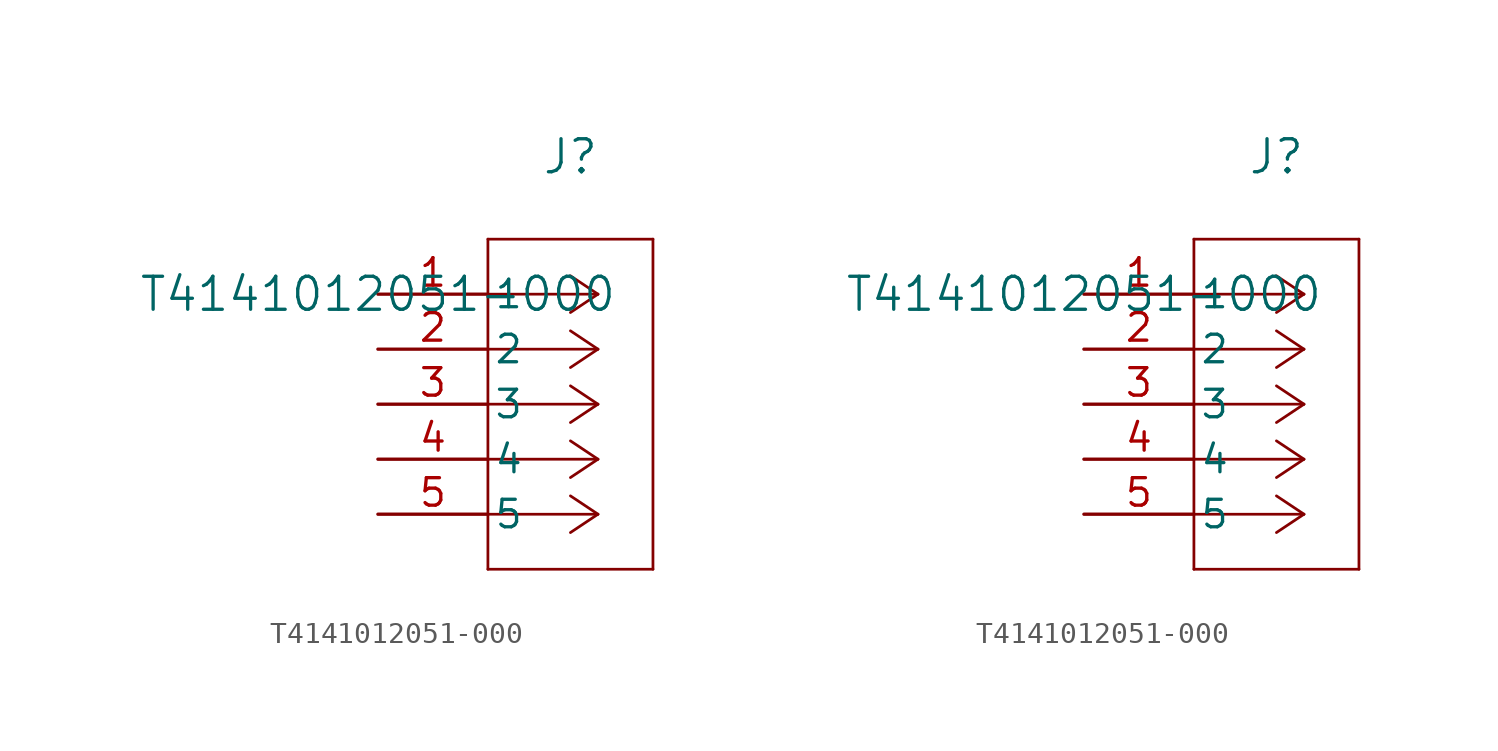
<source format=kicad_sym>
(kicad_symbol_lib
  (version 20211014)
  (generator kicad_symbol_editor)
  (symbol "T4141012051-000"
    (pin_names
      (offset 0.254))
    (property "Reference" "J"
      (at 8.89 6.35 0)
      (effects (font (size 1.524 1.524))))
    (property "Value" "T4141012051-000"
      (at 0 0 0)
      (effects (font (size 1.524 1.524))))
    (symbol "T4141012051-000_1_1"
      (polyline (pts (xy 10.16 0) (xy 5.08 0)) (stroke (width 0.127) (type default) (color 0 0 0 0)) (fill (type none)))
      (polyline (pts (xy 10.16 -2.54) (xy 5.08 -2.54)) (stroke (width 0.127) (type default) (color 0 0 0 0)) (fill (type none)))
      (polyline (pts (xy 10.16 -5.08) (xy 5.08 -5.08)) (stroke (width 0.127) (type default) (color 0 0 0 0)) (fill (type none)))
      (polyline (pts (xy 10.16 -7.62) (xy 5.08 -7.62)) (stroke (width 0.127) (type default) (color 0 0 0 0)) (fill (type none)))
      (polyline (pts (xy 10.16 -10.16) (xy 5.08 -10.16)) (stroke (width 0.127) (type default) (color 0 0 0 0)) (fill (type none)))
      (polyline (pts (xy 10.16 0) (xy 8.89 0.847)) (stroke (width 0.127) (type default) (color 0 0 0 0)) (fill (type none)))
      (polyline (pts (xy 10.16 -2.54) (xy 8.89 -1.693)) (stroke (width 0.127) (type default) (color 0 0 0 0)) (fill (type none)))
      (polyline (pts (xy 10.16 -5.08) (xy 8.89 -4.233)) (stroke (width 0.127) (type default) (color 0 0 0 0)) (fill (type none)))
      (polyline (pts (xy 10.16 -7.62) (xy 8.89 -6.773)) (stroke (width 0.127) (type default) (color 0 0 0 0)) (fill (type none)))
      (polyline (pts (xy 10.16 -10.16) (xy 8.89 -9.313)) (stroke (width 0.127) (type default) (color 0 0 0 0)) (fill (type none)))
      (polyline (pts (xy 10.16 0) (xy 8.89 -0.847)) (stroke (width 0.127) (type default) (color 0 0 0 0)) (fill (type none)))
      (polyline (pts (xy 10.16 -2.54) (xy 8.89 -3.387)) (stroke (width 0.127) (type default) (color 0 0 0 0)) (fill (type none)))
      (polyline (pts (xy 10.16 -5.08) (xy 8.89 -5.927)) (stroke (width 0.127) (type default) (color 0 0 0 0)) (fill (type none)))
      (polyline (pts (xy 10.16 -7.62) (xy 8.89 -8.467)) (stroke (width 0.127) (type default) (color 0 0 0 0)) (fill (type none)))
      (polyline (pts (xy 10.16 -10.16) (xy 8.89 -11.007)) (stroke (width 0.127) (type default) (color 0 0 0 0)) (fill (type none)))
      (polyline (pts (xy 5.08 2.54) (xy 5.08 -12.7)) (stroke (width 0.127) (type default) (color 0 0 0 0)) (fill (type none)))
      (polyline (pts (xy 5.08 -12.7) (xy 12.7 -12.7)) (stroke (width 0.127) (type default) (color 0 0 0 0)) (fill (type none)))
      (polyline (pts (xy 12.7 -12.7) (xy 12.7 2.54)) (stroke (width 0.127) (type default) (color 0 0 0 0)) (fill (type none)))
      (polyline (pts (xy 12.7 2.54) (xy 5.08 2.54)) (stroke (width 0.127) (type default) (color 0 0 0 0)) (fill (type none)))
      (pin unspecified line (at 0 0 0) (length 5.08) (name "1" (effects (font (size 1.27 1.27)))) (number "1" (effects (font (size 1.27 1.27)))))
      (pin unspecified line (at 0 -7.62 0) (length 5.08) (name "4" (effects (font (size 1.27 1.27)))) (number "4" (effects (font (size 1.27 1.27)))))
      (pin unspecified line (at 0 -2.54 0) (length 5.08) (name "2" (effects (font (size 1.27 1.27)))) (number "2" (effects (font (size 1.27 1.27)))))
      (pin unspecified line (at 0 -5.08 0) (length 5.08) (name "3" (effects (font (size 1.27 1.27)))) (number "3" (effects (font (size 1.27 1.27)))))
      (pin unspecified line (at 0 -10.16 0) (length 5.08) (name "5" (effects (font (size 1.27 1.27)))) (number "5" (effects (font (size 1.27 1.27))))))
    (symbol "T4141012051-000_1_2"
      (polyline (pts (xy 10.16 0) (xy 5.08 0)) (stroke (width 0.127) (type default) (color 0 0 0 0)) (fill (type none)))
      (polyline (pts (xy 10.16 -2.54) (xy 5.08 -2.54)) (stroke (width 0.127) (type default) (color 0 0 0 0)) (fill (type none)))
      (polyline (pts (xy 10.16 -5.08) (xy 5.08 -5.08)) (stroke (width 0.127) (type default) (color 0 0 0 0)) (fill (type none)))
      (polyline (pts (xy 10.16 -7.62) (xy 5.08 -7.62)) (stroke (width 0.127) (type default) (color 0 0 0 0)) (fill (type none)))
      (polyline (pts (xy 10.16 -10.16) (xy 5.08 -10.16)) (stroke (width 0.127) (type default) (color 0 0 0 0)) (fill (type none)))
      (polyline (pts (xy 10.16 0) (xy 8.89 0.847)) (stroke (width 0.127) (type default) (color 0 0 0 0)) (fill (type none)))
      (polyline (pts (xy 10.16 -2.54) (xy 8.89 -1.693)) (stroke (width 0.127) (type default) (color 0 0 0 0)) (fill (type none)))
      (polyline (pts (xy 10.16 -5.08) (xy 8.89 -4.233)) (stroke (width 0.127) (type default) (color 0 0 0 0)) (fill (type none)))
      (polyline (pts (xy 10.16 -7.62) (xy 8.89 -6.773)) (stroke (width 0.127) (type default) (color 0 0 0 0)) (fill (type none)))
      (polyline (pts (xy 10.16 -10.16) (xy 8.89 -9.313)) (stroke (width 0.127) (type default) (color 0 0 0 0)) (fill (type none)))
      (polyline (pts (xy 10.16 0) (xy 8.89 -0.847)) (stroke (width 0.127) (type default) (color 0 0 0 0)) (fill (type none)))
      (polyline (pts (xy 10.16 -2.54) (xy 8.89 -3.387)) (stroke (width 0.127) (type default) (color 0 0 0 0)) (fill (type none)))
      (polyline (pts (xy 10.16 -5.08) (xy 8.89 -5.927)) (stroke (width 0.127) (type default) (color 0 0 0 0)) (fill (type none)))
      (polyline (pts (xy 10.16 -7.62) (xy 8.89 -8.467)) (stroke (width 0.127) (type default) (color 0 0 0 0)) (fill (type none)))
      (polyline (pts (xy 10.16 -10.16) (xy 8.89 -11.007)) (stroke (width 0.127) (type default) (color 0 0 0 0)) (fill (type none)))
      (polyline (pts (xy 5.08 2.54) (xy 5.08 -12.7)) (stroke (width 0.127) (type default) (color 0 0 0 0)) (fill (type none)))
      (polyline (pts (xy 5.08 -12.7) (xy 12.7 -12.7)) (stroke (width 0.127) (type default) (color 0 0 0 0)) (fill (type none)))
      (polyline (pts (xy 12.7 -12.7) (xy 12.7 2.54)) (stroke (width 0.127) (type default) (color 0 0 0 0)) (fill (type none)))
      (polyline (pts (xy 12.7 2.54) (xy 5.08 2.54)) (stroke (width 0.127) (type default) (color 0 0 0 0)) (fill (type none)))
      (pin unspecified line (at 0 0 0) (length 5.08) (name "1" (effects (font (size 1.27 1.27)))) (number "1" (effects (font (size 1.27 1.27)))))
      (pin unspecified line (at 0 -7.62 0) (length 5.08) (name "4" (effects (font (size 1.27 1.27)))) (number "4" (effects (font (size 1.27 1.27)))))
      (pin unspecified line (at 0 -2.54 0) (length 5.08) (name "2" (effects (font (size 1.27 1.27)))) (number "2" (effects (font (size 1.27 1.27)))))
      (pin unspecified line (at 0 -5.08 0) (length 5.08) (name "3" (effects (font (size 1.27 1.27)))) (number "3" (effects (font (size 1.27 1.27)))))
      (pin unspecified line (at 0 -10.16 0) (length 5.08) (name "5" (effects (font (size 1.27 1.27)))) (number "5" (effects (font (size 1.27 1.27))))))))
</source>
